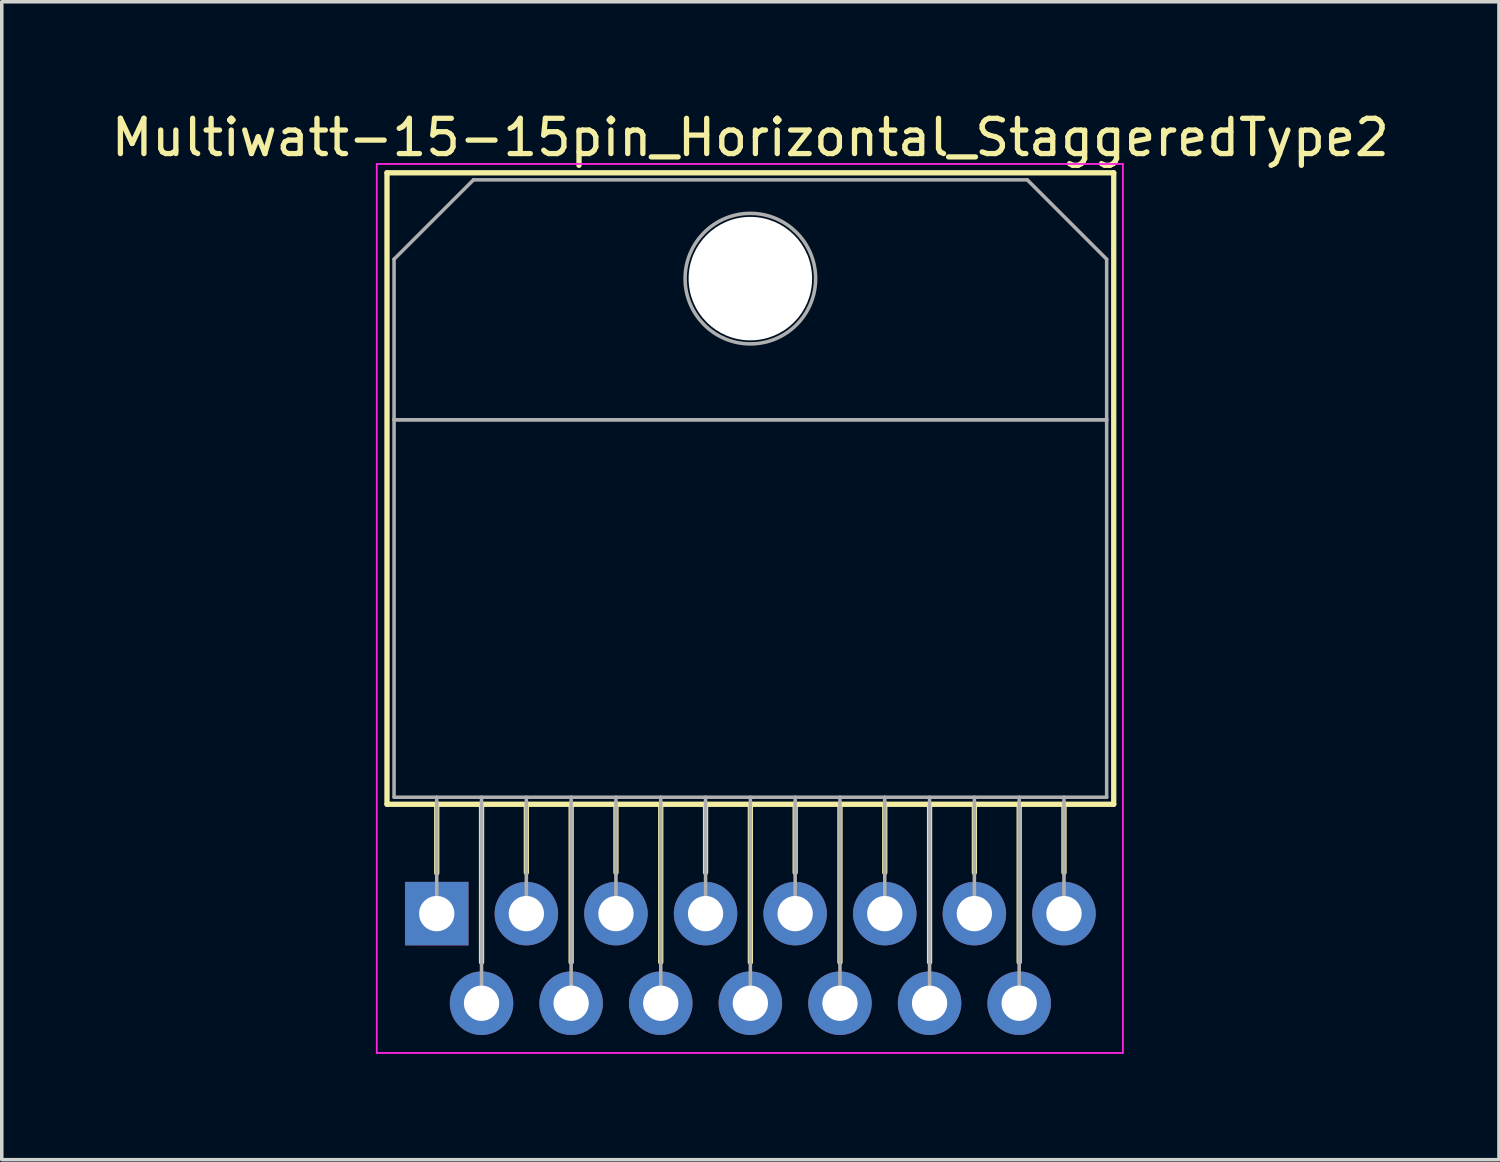
<source format=kicad_pcb>
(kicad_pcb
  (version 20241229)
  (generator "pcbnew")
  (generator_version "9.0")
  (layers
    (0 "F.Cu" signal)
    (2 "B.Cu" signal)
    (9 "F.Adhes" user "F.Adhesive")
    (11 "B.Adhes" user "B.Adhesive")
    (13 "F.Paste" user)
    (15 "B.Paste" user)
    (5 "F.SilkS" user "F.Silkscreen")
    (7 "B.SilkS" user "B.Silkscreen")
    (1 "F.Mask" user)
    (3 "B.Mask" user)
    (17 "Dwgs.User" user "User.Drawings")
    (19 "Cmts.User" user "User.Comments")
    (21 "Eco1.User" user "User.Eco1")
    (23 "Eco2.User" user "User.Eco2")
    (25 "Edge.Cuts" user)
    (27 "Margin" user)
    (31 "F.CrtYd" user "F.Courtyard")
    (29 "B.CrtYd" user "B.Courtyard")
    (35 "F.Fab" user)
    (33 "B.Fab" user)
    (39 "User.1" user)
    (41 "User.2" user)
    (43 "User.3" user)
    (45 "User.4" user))
  (footprint "Multiwatt-15-15pin_Horizontal_StaggeredType2"
    (layer "F.Cu")
    (at 9.33 22.848)
    (property "Reference" "Multiwatt-15-15pin_Horizontal_StaggeredType2" (at 8.89 -22 0) (layer "F.SilkS") (effects (font (size 1 1) (thickness 0.15))))
    (attr through_hole)
    (fp_line (start -1.41 -21) (end -1.41 -3.1) (stroke (width 0.15) (type solid)) (layer "F.SilkS"))
    (fp_line (start -1.41 -21) (end 19.19 -21) (stroke (width 0.15) (type solid)) (layer "F.SilkS"))
    (fp_line (start -1.41 -3.1) (end 19.19 -3.1) (stroke (width 0.15) (type solid)) (layer "F.SilkS"))
    (fp_line (start 0 -3.1) (end 0 -1.15) (stroke (width 0.15) (type solid)) (layer "F.SilkS"))
    (fp_line (start 1.27 -3.1) (end 1.27 1.376) (stroke (width 0.15) (type solid)) (layer "F.SilkS"))
    (fp_line (start 2.54 -3.1) (end 2.54 -1.165) (stroke (width 0.15) (type solid)) (layer "F.SilkS"))
    (fp_line (start 3.81 -3.1) (end 3.81 1.376) (stroke (width 0.15) (type solid)) (layer "F.SilkS"))
    (fp_line (start 5.08 -3.1) (end 5.08 -1.165) (stroke (width 0.15) (type solid)) (layer "F.SilkS"))
    (fp_line (start 6.35 -3.1) (end 6.35 1.376) (stroke (width 0.15) (type solid)) (layer "F.SilkS"))
    (fp_line (start 7.62 -3.1) (end 7.62 -1.165) (stroke (width 0.15) (type solid)) (layer "F.SilkS"))
    (fp_line (start 8.89 -3.1) (end 8.89 1.376) (stroke (width 0.15) (type solid)) (layer "F.SilkS"))
    (fp_line (start 10.16 -3.1) (end 10.16 -1.165) (stroke (width 0.15) (type solid)) (layer "F.SilkS"))
    (fp_line (start 11.43 -3.1) (end 11.43 1.376) (stroke (width 0.15) (type solid)) (layer "F.SilkS"))
    (fp_line (start 12.7 -3.1) (end 12.7 -1.165) (stroke (width 0.15) (type solid)) (layer "F.SilkS"))
    (fp_line (start 13.97 -3.1) (end 13.97 1.376) (stroke (width 0.15) (type solid)) (layer "F.SilkS"))
    (fp_line (start 15.24 -3.1) (end 15.24 -1.165) (stroke (width 0.15) (type solid)) (layer "F.SilkS"))
    (fp_line (start 16.51 -3.1) (end 16.51 1.376) (stroke (width 0.15) (type solid)) (layer "F.SilkS"))
    (fp_line (start 17.78 -3.1) (end 17.78 -1.165) (stroke (width 0.15) (type solid)) (layer "F.SilkS"))
    (fp_line (start 19.19 -21) (end 19.19 -3.1) (stroke (width 0.15) (type solid)) (layer "F.SilkS"))
    (fp_line (start -1.7 -21.25) (end -1.7 3.95) (stroke (width 0.05) (type solid)) (layer "F.CrtYd"))
    (fp_line (start -1.7 3.95) (end 19.45 3.95) (stroke (width 0.05) (type solid)) (layer "F.CrtYd"))
    (fp_line (start 19.45 -21.25) (end -1.7 -21.25) (stroke (width 0.05) (type solid)) (layer "F.CrtYd"))
    (fp_line (start 19.45 3.95) (end 19.45 -21.25) (stroke (width 0.05) (type solid)) (layer "F.CrtYd"))
    (fp_line (start -1.21 -18.55) (end 1.041 -20.8) (stroke (width 0.1) (type solid)) (layer "F.Fab"))
    (fp_line (start -1.21 -14) (end -1.21 -18.55) (stroke (width 0.1) (type solid)) (layer "F.Fab"))
    (fp_line (start -1.21 -14) (end 18.99 -14) (stroke (width 0.1) (type solid)) (layer "F.Fab"))
    (fp_line (start -1.21 -3.3) (end -1.21 -14) (stroke (width 0.1) (type solid)) (layer "F.Fab"))
    (fp_line (start 0 -3.3) (end 0 0) (stroke (width 0.1) (type solid)) (layer "F.Fab"))
    (fp_line (start 1.041 -20.8) (end 16.74 -20.8) (stroke (width 0.1) (type solid)) (layer "F.Fab"))
    (fp_line (start 1.27 -3.3) (end 1.27 2.54) (stroke (width 0.1) (type solid)) (layer "F.Fab"))
    (fp_line (start 2.54 -3.3) (end 2.54 0) (stroke (width 0.1) (type solid)) (layer "F.Fab"))
    (fp_line (start 3.81 -3.3) (end 3.81 2.54) (stroke (width 0.1) (type solid)) (layer "F.Fab"))
    (fp_line (start 5.08 -3.3) (end 5.08 0) (stroke (width 0.1) (type solid)) (layer "F.Fab"))
    (fp_line (start 6.35 -3.3) (end 6.35 2.54) (stroke (width 0.1) (type solid)) (layer "F.Fab"))
    (fp_line (start 7.62 -3.3) (end 7.62 0) (stroke (width 0.1) (type solid)) (layer "F.Fab"))
    (fp_line (start 8.89 -3.3) (end 8.89 2.54) (stroke (width 0.1) (type solid)) (layer "F.Fab"))
    (fp_line (start 10.16 -3.3) (end 10.16 0) (stroke (width 0.1) (type solid)) (layer "F.Fab"))
    (fp_line (start 11.43 -3.3) (end 11.43 2.54) (stroke (width 0.1) (type solid)) (layer "F.Fab"))
    (fp_line (start 12.7 -3.3) (end 12.7 0) (stroke (width 0.1) (type solid)) (layer "F.Fab"))
    (fp_line (start 13.97 -3.3) (end 13.97 2.54) (stroke (width 0.1) (type solid)) (layer "F.Fab"))
    (fp_line (start 15.24 -3.3) (end 15.24 0) (stroke (width 0.1) (type solid)) (layer "F.Fab"))
    (fp_line (start 16.51 -3.3) (end 16.51 2.54) (stroke (width 0.1) (type solid)) (layer "F.Fab"))
    (fp_line (start 16.74 -20.8) (end 18.99 -18.55) (stroke (width 0.1) (type solid)) (layer "F.Fab"))
    (fp_line (start 17.78 -3.3) (end 17.78 0) (stroke (width 0.1) (type solid)) (layer "F.Fab"))
    (fp_line (start 18.99 -18.55) (end 18.99 -14) (stroke (width 0.1) (type solid)) (layer "F.Fab"))
    (fp_line (start 18.99 -14) (end -1.21 -14) (stroke (width 0.1) (type solid)) (layer "F.Fab"))
    (fp_line (start 18.99 -14) (end 18.99 -3.3) (stroke (width 0.1) (type solid)) (layer "F.Fab"))
    (fp_line (start 18.99 -3.3) (end -1.21 -3.3) (stroke (width 0.1) (type solid)) (layer "F.Fab"))
    (fp_circle (center 8.89 -18) (end 10.74 -18) (stroke (width 0.1) (type solid)) (fill no) (layer "F.Fab"))
    (pad "" np_thru_hole oval (at 8.89 -18) (size 3.5 3.5) (drill 3.5) (layers "*.Cu" "*.Mask"))
    (pad "1" thru_hole rect (at 0 0) (size 1.8 1.8) (drill 1) (layers "*.Cu" "*.Mask"))
    (pad "2" thru_hole oval (at 1.27 2.54) (size 1.8 1.8) (drill 1) (layers "*.Cu" "*.Mask"))
    (pad "3" thru_hole oval (at 2.54 0) (size 1.8 1.8) (drill 1) (layers "*.Cu" "*.Mask"))
    (pad "4" thru_hole oval (at 3.81 2.54) (size 1.8 1.8) (drill 1) (layers "*.Cu" "*.Mask"))
    (pad "5" thru_hole oval (at 5.08 0) (size 1.8 1.8) (drill 1) (layers "*.Cu" "*.Mask"))
    (pad "6" thru_hole oval (at 6.35 2.54) (size 1.8 1.8) (drill 1) (layers "*.Cu" "*.Mask"))
    (pad "7" thru_hole oval (at 7.62 0) (size 1.8 1.8) (drill 1) (layers "*.Cu" "*.Mask"))
    (pad "8" thru_hole oval (at 8.89 2.54) (size 1.8 1.8) (drill 1) (layers "*.Cu" "*.Mask"))
    (pad "9" thru_hole oval (at 10.16 0) (size 1.8 1.8) (drill 1) (layers "*.Cu" "*.Mask"))
    (pad "10" thru_hole oval (at 11.43 2.54) (size 1.8 1.8) (drill 1) (layers "*.Cu" "*.Mask"))
    (pad "11" thru_hole oval (at 12.7 0) (size 1.8 1.8) (drill 1) (layers "*.Cu" "*.Mask"))
    (pad "12" thru_hole oval (at 13.97 2.54) (size 1.8 1.8) (drill 1) (layers "*.Cu" "*.Mask"))
    (pad "13" thru_hole oval (at 15.24 0) (size 1.8 1.8) (drill 1) (layers "*.Cu" "*.Mask"))
    (pad "14" thru_hole oval (at 16.51 2.54) (size 1.8 1.8) (drill 1) (layers "*.Cu" "*.Mask"))
    (pad "15" thru_hole oval (at 17.78 0) (size 1.8 1.8) (drill 1) (layers "*.Cu" "*.Mask")))
  (gr_rect
    (start -3 -3)
    (end 39.44 29.823)
    (stroke (width 0.1) (type default))
    (fill no)
    (layer "Edge.Cuts")))
</source>
